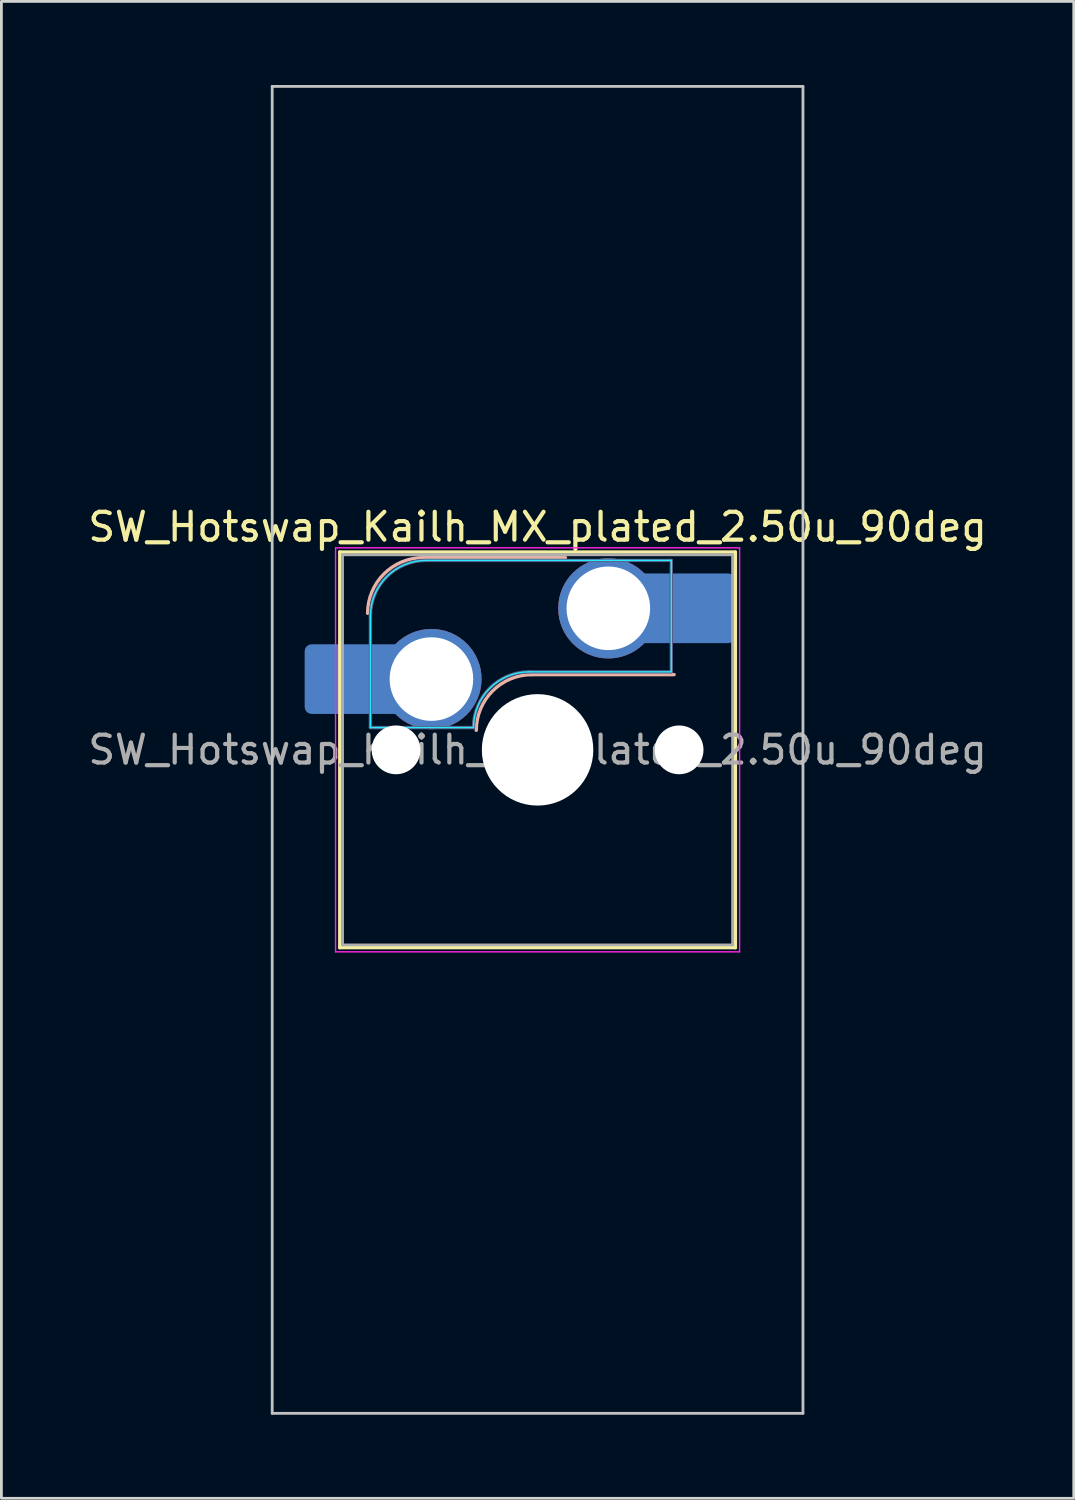
<source format=kicad_pcb>
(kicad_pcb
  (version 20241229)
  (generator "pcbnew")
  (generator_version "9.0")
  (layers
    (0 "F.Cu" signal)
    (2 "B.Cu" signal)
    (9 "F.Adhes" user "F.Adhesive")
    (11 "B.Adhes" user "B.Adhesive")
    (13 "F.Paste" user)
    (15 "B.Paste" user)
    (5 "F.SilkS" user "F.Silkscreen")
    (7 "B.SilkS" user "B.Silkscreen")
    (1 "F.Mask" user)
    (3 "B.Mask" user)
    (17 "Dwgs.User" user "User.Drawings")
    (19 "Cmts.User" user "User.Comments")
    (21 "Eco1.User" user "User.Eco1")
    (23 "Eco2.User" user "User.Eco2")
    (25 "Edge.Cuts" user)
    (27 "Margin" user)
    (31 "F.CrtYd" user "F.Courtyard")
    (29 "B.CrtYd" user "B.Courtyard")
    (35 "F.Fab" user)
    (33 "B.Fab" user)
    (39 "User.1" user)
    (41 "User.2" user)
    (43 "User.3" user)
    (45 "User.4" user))
  (footprint "SW_Hotswap_Kailh_MX_plated_2.50u_90deg"
    (layer "F.Cu")
    (at 16.244 23.863)
    (property "Reference" "SW_Hotswap_Kailh_MX_plated_2.50u_90deg" (at 0 -8 0) (layer "F.SilkS") (effects (font (size 1 1) (thickness 0.15))))
    (attr smd)
    (fp_line (start -7.1 -7.1) (end -7.1 7.1) (stroke (width 0.12) (type solid)) (layer "F.SilkS"))
    (fp_line (start -7.1 7.1) (end 7.1 7.1) (stroke (width 0.12) (type solid)) (layer "F.SilkS"))
    (fp_line (start 7.1 -7.1) (end -7.1 -7.1) (stroke (width 0.12) (type solid)) (layer "F.SilkS"))
    (fp_line (start 7.1 7.1) (end 7.1 -7.1) (stroke (width 0.12) (type solid)) (layer "F.SilkS"))
    (fp_line (start -4.1 -6.9) (end 1 -6.9) (stroke (width 0.12) (type solid)) (layer "B.SilkS"))
    (fp_line (start -0.2 -2.7) (end 4.9 -2.7) (stroke (width 0.12) (type solid)) (layer "B.SilkS"))
    (fp_arc (start -6.1 -4.9) (mid -5.514214 -6.314214) (end -4.1 -6.9) (stroke (width 0.12) (type solid)) (layer "B.SilkS"))
    (fp_arc (start -2.2 -0.7) (mid -1.614214 -2.114214) (end -0.2 -2.7) (stroke (width 0.12) (type solid)) (layer "B.SilkS"))
    (fp_line (start -9.525 -23.812) (end 9.525 -23.812) (stroke (width 0.1) (type solid)) (layer "Dwgs.User"))
    (fp_line (start -9.525 23.812) (end -9.525 -23.812) (stroke (width 0.1) (type solid)) (layer "Dwgs.User"))
    (fp_line (start 9.525 -23.812) (end 9.525 23.812) (stroke (width 0.1) (type solid)) (layer "Dwgs.User"))
    (fp_line (start 9.525 23.812) (end -9.525 23.812) (stroke (width 0.1) (type solid)) (layer "Dwgs.User"))
    (fp_line (start -7.8 -6) (end -7 -6) (stroke (width 0.1) (type solid)) (layer "Eco1.User"))
    (fp_line (start -7.8 -2.9) (end -7.8 -6) (stroke (width 0.1) (type solid)) (layer "Eco1.User"))
    (fp_line (start -7.8 2.9) (end -7 2.9) (stroke (width 0.1) (type solid)) (layer "Eco1.User"))
    (fp_line (start -7.8 6) (end -7.8 2.9) (stroke (width 0.1) (type solid)) (layer "Eco1.User"))
    (fp_line (start -7 -7) (end 7 -7) (stroke (width 0.1) (type solid)) (layer "Eco1.User"))
    (fp_line (start -7 -6) (end -7 -7) (stroke (width 0.1) (type solid)) (layer "Eco1.User"))
    (fp_line (start -7 -2.9) (end -7.8 -2.9) (stroke (width 0.1) (type solid)) (layer "Eco1.User"))
    (fp_line (start -7 2.9) (end -7 -2.9) (stroke (width 0.1) (type solid)) (layer "Eco1.User"))
    (fp_line (start -7 6) (end -7.8 6) (stroke (width 0.1) (type solid)) (layer "Eco1.User"))
    (fp_line (start -7 7) (end -7 6) (stroke (width 0.1) (type solid)) (layer "Eco1.User"))
    (fp_line (start 7 -7) (end 7 -6) (stroke (width 0.1) (type solid)) (layer "Eco1.User"))
    (fp_line (start 7 -6) (end 7.8 -6) (stroke (width 0.1) (type solid)) (layer "Eco1.User"))
    (fp_line (start 7 -2.9) (end 7 2.9) (stroke (width 0.1) (type solid)) (layer "Eco1.User"))
    (fp_line (start 7 2.9) (end 7.8 2.9) (stroke (width 0.1) (type solid)) (layer "Eco1.User"))
    (fp_line (start 7 6) (end 7 7) (stroke (width 0.1) (type solid)) (layer "Eco1.User"))
    (fp_line (start 7 7) (end -7 7) (stroke (width 0.1) (type solid)) (layer "Eco1.User"))
    (fp_line (start 7.8 -6) (end 7.8 -2.9) (stroke (width 0.1) (type solid)) (layer "Eco1.User"))
    (fp_line (start 7.8 -2.9) (end 7 -2.9) (stroke (width 0.1) (type solid)) (layer "Eco1.User"))
    (fp_line (start 7.8 2.9) (end 7.8 6) (stroke (width 0.1) (type solid)) (layer "Eco1.User"))
    (fp_line (start 7.8 6) (end 7 6) (stroke (width 0.1) (type solid)) (layer "Eco1.User"))
    (fp_line (start -6 -0.8) (end -6 -4.8) (stroke (width 0.05) (type solid)) (layer "B.CrtYd"))
    (fp_line (start -6 -0.8) (end -2.3 -0.8) (stroke (width 0.05) (type solid)) (layer "B.CrtYd"))
    (fp_line (start -4 -6.8) (end 4.8 -6.8) (stroke (width 0.05) (type solid)) (layer "B.CrtYd"))
    (fp_line (start -0.3 -2.8) (end 4.8 -2.8) (stroke (width 0.05) (type solid)) (layer "B.CrtYd"))
    (fp_line (start 4.8 -6.8) (end 4.8 -2.8) (stroke (width 0.05) (type solid)) (layer "B.CrtYd"))
    (fp_arc (start -6 -4.8) (mid -5.414214 -6.214214) (end -4 -6.8) (stroke (width 0.05) (type solid)) (layer "B.CrtYd"))
    (fp_arc (start -2.3 -0.8) (mid -1.714214 -2.214214) (end -0.3 -2.8) (stroke (width 0.05) (type solid)) (layer "B.CrtYd"))
    (fp_line (start -7.25 -7.25) (end -7.25 7.25) (stroke (width 0.05) (type solid)) (layer "F.CrtYd"))
    (fp_line (start -7.25 7.25) (end 7.25 7.25) (stroke (width 0.05) (type solid)) (layer "F.CrtYd"))
    (fp_line (start 7.25 -7.25) (end -7.25 -7.25) (stroke (width 0.05) (type solid)) (layer "F.CrtYd"))
    (fp_line (start 7.25 7.25) (end 7.25 -7.25) (stroke (width 0.05) (type solid)) (layer "F.CrtYd"))
    (fp_line (start -6 -0.8) (end -6 -4.8) (stroke (width 0.12) (type solid)) (layer "B.Fab"))
    (fp_line (start -6 -0.8) (end -2.3 -0.8) (stroke (width 0.12) (type solid)) (layer "B.Fab"))
    (fp_line (start -4 -6.8) (end 4.8 -6.8) (stroke (width 0.12) (type solid)) (layer "B.Fab"))
    (fp_line (start -0.3 -2.8) (end 4.8 -2.8) (stroke (width 0.12) (type solid)) (layer "B.Fab"))
    (fp_line (start 4.8 -6.8) (end 4.8 -2.8) (stroke (width 0.12) (type solid)) (layer "B.Fab"))
    (fp_arc (start -6 -4.8) (mid -5.414214 -6.214214) (end -4 -6.8) (stroke (width 0.12) (type solid)) (layer "B.Fab"))
    (fp_arc (start -2.3 -0.8) (mid -1.714214 -2.214214) (end -0.3 -2.8) (stroke (width 0.12) (type solid)) (layer "B.Fab"))
    (fp_line (start -7 -7) (end -7 7) (stroke (width 0.1) (type solid)) (layer "F.Fab"))
    (fp_line (start -7 7) (end 7 7) (stroke (width 0.1) (type solid)) (layer "F.Fab"))
    (fp_line (start 7 -7) (end -7 -7) (stroke (width 0.1) (type solid)) (layer "F.Fab"))
    (fp_line (start 7 7) (end 7 -7) (stroke (width 0.1) (type solid)) (layer "F.Fab"))
    (fp_text user "${REFERENCE}" (at 0 0 0) (layer "F.Fab") (effects (font (size 1 1) (thickness 0.15))))
    (pad "" smd roundrect (at -7.085 -2.54) (size 2.55 2.5) (layers "B.Mask" "B.Paste") (roundrect_rratio 0.1))
    (pad "" np_thru_hole circle (at -5.08 0) (size 1.75 1.75) (drill 1.75) (layers "*.Cu" "*.Mask"))
    (pad "" np_thru_hole circle (at 0 0) (size 4 4) (drill 4) (layers "*.Cu" "*.Mask"))
    (pad "" np_thru_hole circle (at 5.08 0) (size 1.75 1.75) (drill 1.75) (layers "*.Cu" "*.Mask"))
    (pad "" smd roundrect (at 5.842 -5.08) (size 2.55 2.5) (layers "B.Mask" "B.Paste") (roundrect_rratio 0.1))
    (pad "1" smd roundrect (at -6.585 -2.54) (size 3.55 2.5) (layers "B.Cu") (roundrect_rratio 0.1))
    (pad "1" thru_hole circle (at -3.81 -2.54) (size 3.6 3.6) (drill 3) (layers "*.Cu" "B.Mask"))
    (pad "2" thru_hole circle (at 2.54 -5.08) (size 3.6 3.6) (drill 3) (layers "*.Cu" "B.Mask"))
    (pad "2" smd roundrect (at 5.32 -5.08) (size 3.55 2.5) (layers "B.Cu") (roundrect_rratio 0.1)))
  (gr_rect
    (start -3 -3)
    (end 35.488 50.725)
    (stroke (width 0.1) (type default))
    (fill no)
    (layer "Edge.Cuts")))
</source>
